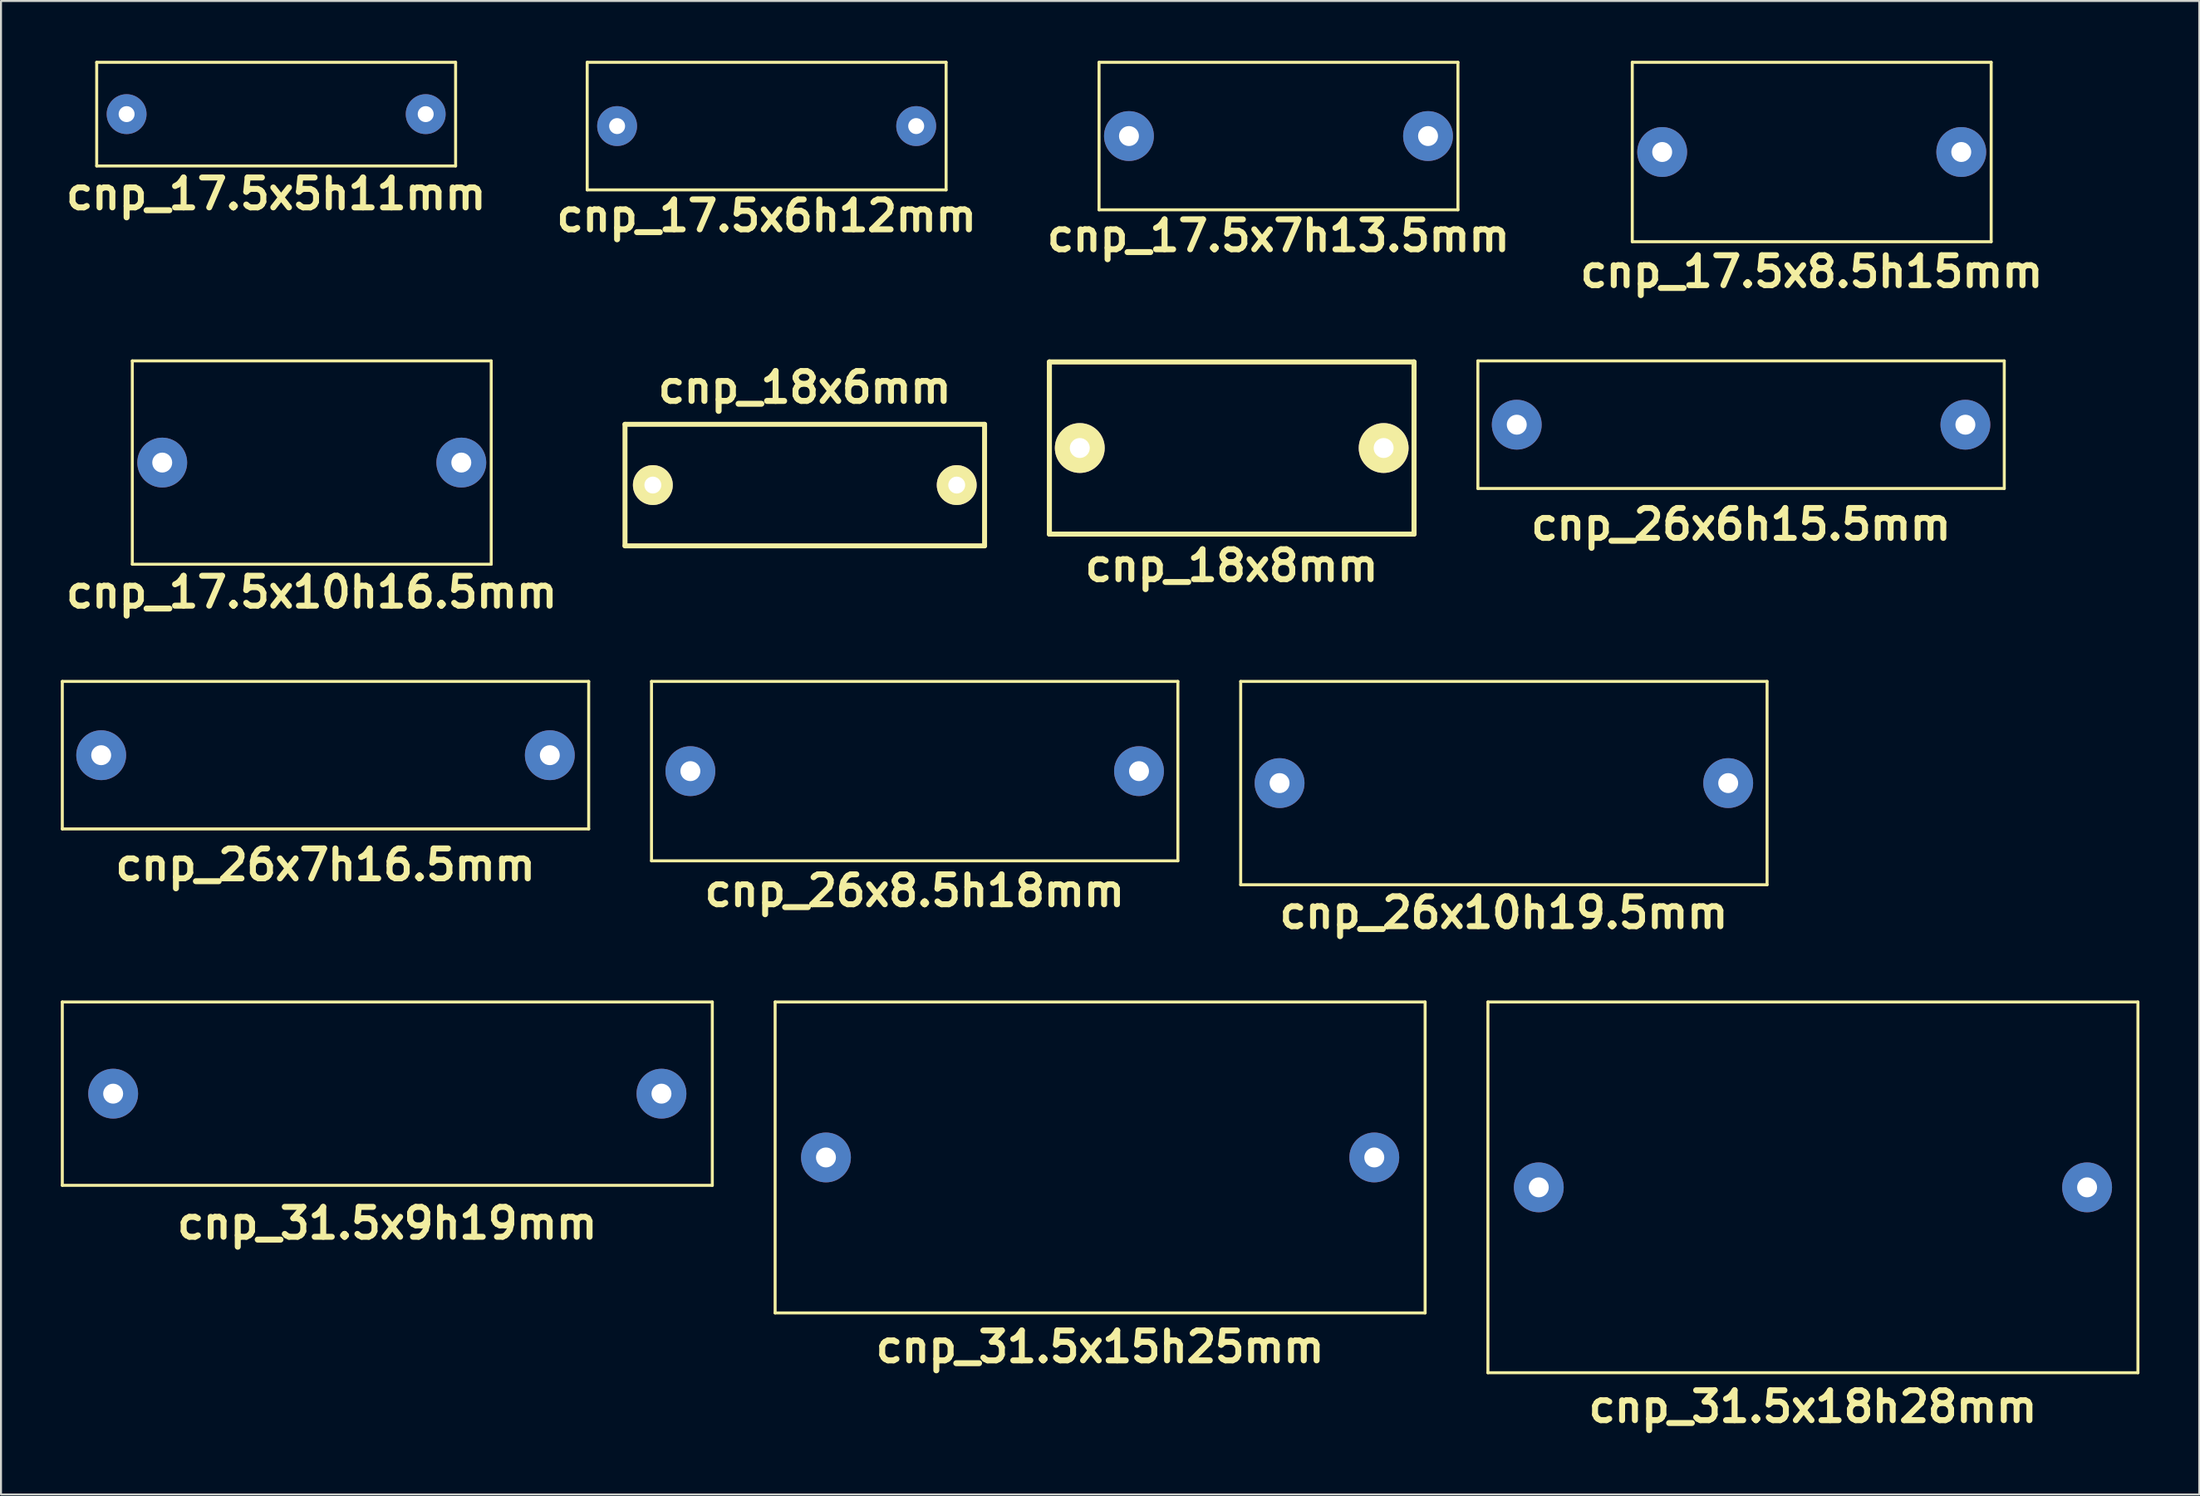
<source format=kicad_pcb>
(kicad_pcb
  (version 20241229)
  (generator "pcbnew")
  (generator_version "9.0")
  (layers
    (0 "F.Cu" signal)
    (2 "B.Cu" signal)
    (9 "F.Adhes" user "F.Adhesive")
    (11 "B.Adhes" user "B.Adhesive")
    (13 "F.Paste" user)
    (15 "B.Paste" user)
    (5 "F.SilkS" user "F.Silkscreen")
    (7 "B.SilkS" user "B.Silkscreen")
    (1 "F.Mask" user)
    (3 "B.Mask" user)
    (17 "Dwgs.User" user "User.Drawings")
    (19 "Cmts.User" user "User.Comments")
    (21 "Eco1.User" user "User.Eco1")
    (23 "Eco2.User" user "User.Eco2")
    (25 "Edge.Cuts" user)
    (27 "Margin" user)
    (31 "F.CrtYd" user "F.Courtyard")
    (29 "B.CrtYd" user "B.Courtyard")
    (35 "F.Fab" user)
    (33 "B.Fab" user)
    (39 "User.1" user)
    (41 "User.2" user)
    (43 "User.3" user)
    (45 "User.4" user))
  (footprint "cnp_18x6mm"
    (layer "F.Cu")
    (at 37.313 21.283)
    (property "Reference" "cnp_18x6mm" (at 0 -4.9 0) (layer "F.SilkS") (effects (font (size 1.5 1.5) (thickness 0.3))))
    (attr through_hole)
    (fp_line (start -9.017 -3.048) (end -9.017 3.048) (stroke (width 0.249) (type solid)) (layer "F.SilkS"))
    (fp_line (start -9.017 3.048) (end 9.017 3.048) (stroke (width 0.249) (type solid)) (layer "F.SilkS"))
    (fp_line (start 9.017 -3.048) (end -9.017 -3.048) (stroke (width 0.249) (type solid)) (layer "F.SilkS"))
    (fp_line (start 9.017 -3.048) (end 9.017 3.048) (stroke (width 0.249) (type solid)) (layer "F.SilkS"))
    (pad "1" thru_hole circle (at -7.62 0) (size 1.999 1.999) (drill 0.848) (layers "*.Cu" "*.Mask" "F.SilkS"))
    (pad "2" thru_hole circle (at 7.62 0) (size 1.999 1.999) (drill 0.848) (layers "*.Cu" "*.Mask" "F.SilkS")))
  (footprint "cnp_17.5x5h11mm"
    (layer "F.Cu")
    (at 10.8 2.675)
    (property "Reference" "cnp_17.5x5h11mm" (at 0 4 0) (layer "F.SilkS") (effects (font (size 1.5 1.5) (thickness 0.3))))
    (attr through_hole)
    (fp_line (start -9 -2.6) (end 9 -2.6) (stroke (width 0.15) (type solid)) (layer "F.SilkS"))
    (fp_line (start -9 2.6) (end -9 -2.6) (stroke (width 0.15) (type solid)) (layer "F.SilkS"))
    (fp_line (start 9 -2.6) (end 9 2.6) (stroke (width 0.15) (type solid)) (layer "F.SilkS"))
    (fp_line (start 9 2.6) (end -9 2.6) (stroke (width 0.15) (type solid)) (layer "F.SilkS"))
    (pad "1" thru_hole circle (at 7.5 0) (size 2 2) (drill 0.8) (layers "*.Cu" "*.Mask"))
    (pad "2" thru_hole circle (at -7.5 0) (size 2 2) (drill 0.8) (layers "*.Cu" "*.Mask")))
  (footprint "cnp_26x10h19.5mm"
    (layer "F.Cu")
    (at 72.375 36.233)
    (property "Reference" "cnp_26x10h19.5mm" (at 0 6.5 0) (layer "F.SilkS") (effects (font (size 1.5 1.5) (thickness 0.3))))
    (attr through_hole)
    (fp_line (start -13.2 -5.1) (end 13.2 -5.1) (stroke (width 0.15) (type solid)) (layer "F.SilkS"))
    (fp_line (start -13.2 5.1) (end -13.2 -5.1) (stroke (width 0.15) (type solid)) (layer "F.SilkS"))
    (fp_line (start 13.2 -5.1) (end 13.2 5.1) (stroke (width 0.15) (type solid)) (layer "F.SilkS"))
    (fp_line (start 13.2 5.1) (end -13.2 5.1) (stroke (width 0.15) (type solid)) (layer "F.SilkS"))
    (pad "1" thru_hole circle (at 11.25 0) (size 2.5 2.5) (drill 1) (layers "*.Cu" "*.Mask"))
    (pad "2" thru_hole circle (at -11.25 0) (size 2.5 2.5) (drill 1) (layers "*.Cu" "*.Mask")))
  (footprint "cnp_17.5x8.5h15mm"
    (layer "F.Cu")
    (at 87.814 4.575)
    (property "Reference" "cnp_17.5x8.5h15mm" (at 0 6 0) (layer "F.SilkS") (effects (font (size 1.5 1.5) (thickness 0.3))))
    (attr through_hole)
    (fp_line (start -9 -4.5) (end 9 -4.5) (stroke (width 0.15) (type solid)) (layer "F.SilkS"))
    (fp_line (start -9 4.5) (end -9 -4.5) (stroke (width 0.15) (type solid)) (layer "F.SilkS"))
    (fp_line (start 9 -4.5) (end 9 4.5) (stroke (width 0.15) (type solid)) (layer "F.SilkS"))
    (fp_line (start 9 4.5) (end -9 4.5) (stroke (width 0.15) (type solid)) (layer "F.SilkS"))
    (pad "1" thru_hole circle (at 7.5 0) (size 2.5 2.5) (drill 1) (layers "*.Cu" "*.Mask"))
    (pad "2" thru_hole circle (at -7.5 0) (size 2.5 2.5) (drill 1) (layers "*.Cu" "*.Mask")))
  (footprint "cnp_31.5x15h25mm"
    (layer "F.Cu")
    (at 52.125 55.012)
    (property "Reference" "cnp_31.5x15h25mm" (at 0 9.5 0) (layer "F.SilkS") (effects (font (size 1.5 1.5) (thickness 0.3))))
    (attr through_hole)
    (fp_line (start -16.3 -7.8) (end 16.3 -7.8) (stroke (width 0.15) (type solid)) (layer "F.SilkS"))
    (fp_line (start -16.3 7.8) (end -16.3 -7.8) (stroke (width 0.15) (type solid)) (layer "F.SilkS"))
    (fp_line (start 16.3 -7.8) (end 16.3 7.8) (stroke (width 0.15) (type solid)) (layer "F.SilkS"))
    (fp_line (start 16.3 7.8) (end -16.3 7.8) (stroke (width 0.15) (type solid)) (layer "F.SilkS"))
    (pad "1" thru_hole circle (at 13.75 0) (size 2.5 2.5) (drill 1) (layers "*.Cu" "*.Mask"))
    (pad "2" thru_hole circle (at -13.75 0) (size 2.5 2.5) (drill 1) (layers "*.Cu" "*.Mask")))
  (footprint "cnp_18x8mm"
    (layer "F.Cu")
    (at 58.725 19.424)
    (property "Reference" "cnp_18x8mm" (at 0 5.9 0) (layer "F.SilkS") (effects (font (size 1.5 1.5) (thickness 0.3))))
    (attr through_hole)
    (fp_line (start -9.144 -4.318) (end 9.144 -4.318) (stroke (width 0.254) (type solid)) (layer "F.SilkS"))
    (fp_line (start -9.144 4.318) (end -9.144 -4.318) (stroke (width 0.254) (type solid)) (layer "F.SilkS"))
    (fp_line (start 9.144 -4.318) (end 9.144 4.318) (stroke (width 0.254) (type solid)) (layer "F.SilkS"))
    (fp_line (start 9.144 4.318) (end -9.144 4.318) (stroke (width 0.254) (type solid)) (layer "F.SilkS"))
    (pad "1" thru_hole circle (at 7.62 0) (size 2.499 2.499) (drill 1.001) (layers "*.Cu" "*.Mask" "F.SilkS"))
    (pad "2" thru_hole circle (at -7.62 0) (size 2.499 2.499) (drill 1.001) (layers "*.Cu" "*.Mask" "F.SilkS")))
  (footprint "cnp_17.5x7h13.5mm"
    (layer "F.Cu")
    (at 61.071 3.775)
    (property "Reference" "cnp_17.5x7h13.5mm" (at 0 5 0) (layer "F.SilkS") (effects (font (size 1.5 1.5) (thickness 0.3))))
    (attr through_hole)
    (fp_line (start -9 -3.7) (end 9 -3.7) (stroke (width 0.15) (type solid)) (layer "F.SilkS"))
    (fp_line (start -9 3.7) (end -9 -3.7) (stroke (width 0.15) (type solid)) (layer "F.SilkS"))
    (fp_line (start 9 -3.7) (end 9 3.7) (stroke (width 0.15) (type solid)) (layer "F.SilkS"))
    (fp_line (start 9 3.7) (end -9 3.7) (stroke (width 0.15) (type solid)) (layer "F.SilkS"))
    (pad "1" thru_hole circle (at 7.5 0) (size 2.5 2.5) (drill 1) (layers "*.Cu" "*.Mask"))
    (pad "2" thru_hole circle (at -7.5 0) (size 2.5 2.5) (drill 1) (layers "*.Cu" "*.Mask")))
  (footprint "cnp_17.5x6h12mm"
    (layer "F.Cu")
    (at 35.4 3.275)
    (property "Reference" "cnp_17.5x6h12mm" (at 0 4.5 0) (layer "F.SilkS") (effects (font (size 1.5 1.5) (thickness 0.3))))
    (attr through_hole)
    (fp_line (start -9 -3.2) (end 9 -3.2) (stroke (width 0.15) (type solid)) (layer "F.SilkS"))
    (fp_line (start -9 3.2) (end -9 -3.2) (stroke (width 0.15) (type solid)) (layer "F.SilkS"))
    (fp_line (start 9 -3.2) (end 9 3.2) (stroke (width 0.15) (type solid)) (layer "F.SilkS"))
    (fp_line (start 9 3.2) (end -9 3.2) (stroke (width 0.15) (type solid)) (layer "F.SilkS"))
    (pad "1" thru_hole circle (at 7.5 0) (size 2 2) (drill 0.8) (layers "*.Cu" "*.Mask"))
    (pad "2" thru_hole circle (at -7.5 0) (size 2 2) (drill 0.8) (layers "*.Cu" "*.Mask")))
  (footprint "cnp_26x7h16.5mm"
    (layer "F.Cu")
    (at 13.275 34.833)
    (property "Reference" "cnp_26x7h16.5mm" (at 0 5.5 0) (layer "F.SilkS") (effects (font (size 1.5 1.5) (thickness 0.3))))
    (attr through_hole)
    (fp_line (start -13.2 -3.7) (end 13.2 -3.7) (stroke (width 0.15) (type solid)) (layer "F.SilkS"))
    (fp_line (start -13.2 3.7) (end -13.2 -3.7) (stroke (width 0.15) (type solid)) (layer "F.SilkS"))
    (fp_line (start 13.2 -3.7) (end 13.2 3.7) (stroke (width 0.15) (type solid)) (layer "F.SilkS"))
    (fp_line (start 13.2 3.7) (end -13.2 3.7) (stroke (width 0.15) (type solid)) (layer "F.SilkS"))
    (pad "1" thru_hole circle (at 11.25 0) (size 2.5 2.5) (drill 1) (layers "*.Cu" "*.Mask"))
    (pad "2" thru_hole circle (at -11.25 0) (size 2.5 2.5) (drill 1) (layers "*.Cu" "*.Mask")))
  (footprint "cnp_31.5x18h28mm"
    (layer "F.Cu")
    (at 87.875 56.512)
    (property "Reference" "cnp_31.5x18h28mm" (at 0 11 0) (layer "F.SilkS") (effects (font (size 1.5 1.5) (thickness 0.3))))
    (attr through_hole)
    (fp_line (start -16.3 -9.3) (end 16.3 -9.3) (stroke (width 0.15) (type solid)) (layer "F.SilkS"))
    (fp_line (start -16.3 9.3) (end -16.3 -9.3) (stroke (width 0.15) (type solid)) (layer "F.SilkS"))
    (fp_line (start 16.3 -9.3) (end 16.3 9.3) (stroke (width 0.15) (type solid)) (layer "F.SilkS"))
    (fp_line (start 16.3 9.3) (end -16.3 9.3) (stroke (width 0.15) (type solid)) (layer "F.SilkS"))
    (pad "1" thru_hole circle (at 13.75 0) (size 2.5 2.5) (drill 1) (layers "*.Cu" "*.Mask"))
    (pad "2" thru_hole circle (at -13.75 0) (size 2.5 2.5) (drill 1) (layers "*.Cu" "*.Mask")))
  (footprint "cnp_17.5x10h16.5mm"
    (layer "F.Cu")
    (at 12.586 20.154)
    (property "Reference" "cnp_17.5x10h16.5mm" (at 0 6.5 0) (layer "F.SilkS") (effects (font (size 1.5 1.5) (thickness 0.3))))
    (attr through_hole)
    (fp_line (start -9 -5.1) (end 9 -5.1) (stroke (width 0.15) (type solid)) (layer "F.SilkS"))
    (fp_line (start -9 5.1) (end -9 -5.1) (stroke (width 0.15) (type solid)) (layer "F.SilkS"))
    (fp_line (start 9 -5.1) (end 9 5.1) (stroke (width 0.15) (type solid)) (layer "F.SilkS"))
    (fp_line (start 9 5.1) (end -9 5.1) (stroke (width 0.15) (type solid)) (layer "F.SilkS"))
    (pad "1" thru_hole circle (at 7.5 0) (size 2.5 2.5) (drill 1) (layers "*.Cu" "*.Mask"))
    (pad "2" thru_hole circle (at -7.5 0) (size 2.5 2.5) (drill 1) (layers "*.Cu" "*.Mask")))
  (footprint "cnp_26x8.5h18mm"
    (layer "F.Cu")
    (at 42.825 35.633)
    (property "Reference" "cnp_26x8.5h18mm" (at 0 6 0) (layer "F.SilkS") (effects (font (size 1.5 1.5) (thickness 0.3))))
    (attr through_hole)
    (fp_line (start -13.2 -4.5) (end 13.2 -4.5) (stroke (width 0.15) (type solid)) (layer "F.SilkS"))
    (fp_line (start -13.2 4.5) (end -13.2 -4.5) (stroke (width 0.15) (type solid)) (layer "F.SilkS"))
    (fp_line (start 13.2 -4.5) (end 13.2 4.5) (stroke (width 0.15) (type solid)) (layer "F.SilkS"))
    (fp_line (start 13.2 4.5) (end -13.2 4.5) (stroke (width 0.15) (type solid)) (layer "F.SilkS"))
    (pad "1" thru_hole circle (at 11.25 0) (size 2.5 2.5) (drill 1) (layers "*.Cu" "*.Mask"))
    (pad "2" thru_hole circle (at -11.25 0) (size 2.5 2.5) (drill 1) (layers "*.Cu" "*.Mask")))
  (footprint "cnp_31.5x9h19mm"
    (layer "F.Cu")
    (at 16.375 51.812)
    (property "Reference" "cnp_31.5x9h19mm" (at 0 6.5 0) (layer "F.SilkS") (effects (font (size 1.5 1.5) (thickness 0.3))))
    (attr through_hole)
    (fp_line (start -16.3 -4.6) (end 16.3 -4.6) (stroke (width 0.15) (type solid)) (layer "F.SilkS"))
    (fp_line (start -16.3 4.6) (end -16.3 -4.6) (stroke (width 0.15) (type solid)) (layer "F.SilkS"))
    (fp_line (start 16.3 -4.6) (end 16.3 4.6) (stroke (width 0.15) (type solid)) (layer "F.SilkS"))
    (fp_line (start 16.3 4.6) (end -16.3 4.6) (stroke (width 0.15) (type solid)) (layer "F.SilkS"))
    (pad "1" thru_hole circle (at 13.75 0) (size 2.5 2.5) (drill 1) (layers "*.Cu" "*.Mask"))
    (pad "2" thru_hole circle (at -13.75 0) (size 2.5 2.5) (drill 1) (layers "*.Cu" "*.Mask")))
  (footprint "cnp_26x6h15.5mm"
    (layer "F.Cu")
    (at 84.271 18.254)
    (property "Reference" "cnp_26x6h15.5mm" (at 0 5 0) (layer "F.SilkS") (effects (font (size 1.5 1.5) (thickness 0.3))))
    (attr through_hole)
    (fp_line (start -13.2 -3.2) (end 13.2 -3.2) (stroke (width 0.15) (type solid)) (layer "F.SilkS"))
    (fp_line (start -13.2 3.2) (end -13.2 -3.2) (stroke (width 0.15) (type solid)) (layer "F.SilkS"))
    (fp_line (start 13.2 -3.2) (end 13.2 3.2) (stroke (width 0.15) (type solid)) (layer "F.SilkS"))
    (fp_line (start 13.2 3.2) (end -13.2 3.2) (stroke (width 0.15) (type solid)) (layer "F.SilkS"))
    (pad "1" thru_hole circle (at 11.25 0) (size 2.5 2.5) (drill 1) (layers "*.Cu" "*.Mask"))
    (pad "2" thru_hole circle (at -11.25 0) (size 2.5 2.5) (drill 1) (layers "*.Cu" "*.Mask")))
  (gr_rect
    (start -3 -3)
    (end 107.25 71.916)
    (stroke (width 0.1) (type default))
    (fill no)
    (layer "Edge.Cuts")))
</source>
